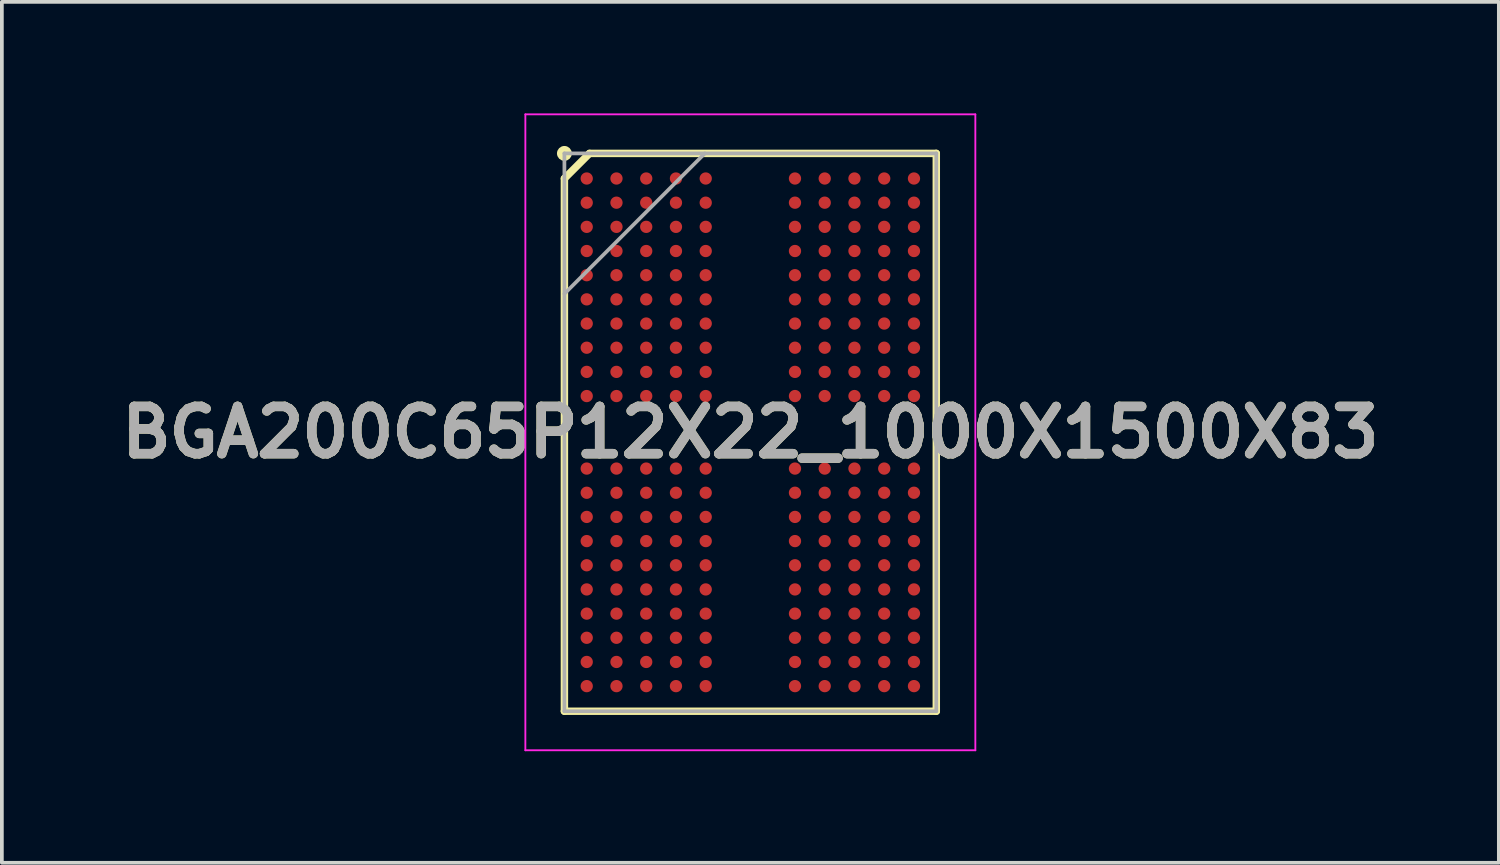
<source format=kicad_pcb>
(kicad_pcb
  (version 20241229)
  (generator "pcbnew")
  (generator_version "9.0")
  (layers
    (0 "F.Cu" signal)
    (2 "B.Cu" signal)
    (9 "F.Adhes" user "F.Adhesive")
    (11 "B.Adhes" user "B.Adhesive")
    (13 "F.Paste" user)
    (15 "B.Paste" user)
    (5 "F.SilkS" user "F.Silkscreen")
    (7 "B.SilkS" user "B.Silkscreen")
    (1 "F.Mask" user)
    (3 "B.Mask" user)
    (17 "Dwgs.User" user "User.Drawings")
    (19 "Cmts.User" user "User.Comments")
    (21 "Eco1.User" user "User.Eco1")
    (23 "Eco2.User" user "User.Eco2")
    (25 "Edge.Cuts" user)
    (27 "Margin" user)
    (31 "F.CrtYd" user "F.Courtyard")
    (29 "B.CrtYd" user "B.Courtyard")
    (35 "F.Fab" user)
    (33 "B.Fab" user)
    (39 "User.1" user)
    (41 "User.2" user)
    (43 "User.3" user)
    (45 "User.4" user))
  (footprint "BGA200C65P12X22_1000X1500X83"
    (layer "F.Cu")
    (at 17.127 8.575)
    (property "Reference" "BGA200C65P12X22_1000X1500X83" (at 0 0 0) (layer "F.SilkS") (effects (font (size 1.27 1.27) (thickness 0.254))))
    (attr smd)
    (fp_line (start -5 -6.825) (end -4.325 -7.5) (stroke (width 0.2) (type solid)) (layer "F.SilkS"))
    (fp_line (start -5 7.5) (end -5 -6.825) (stroke (width 0.2) (type solid)) (layer "F.SilkS"))
    (fp_line (start -4.325 -7.5) (end 5 -7.5) (stroke (width 0.2) (type solid)) (layer "F.SilkS"))
    (fp_line (start 5 -7.5) (end 5 7.5) (stroke (width 0.2) (type solid)) (layer "F.SilkS"))
    (fp_line (start 5 7.5) (end -5 7.5) (stroke (width 0.2) (type solid)) (layer "F.SilkS"))
    (fp_circle (center -5 -7.5) (end -5 -7.4) (stroke (width 0.2) (type solid)) (fill no) (layer "F.SilkS"))
    (fp_line (start -6.05 -8.55) (end 6.05 -8.55) (stroke (width 0.05) (type solid)) (layer "F.CrtYd"))
    (fp_line (start -6.05 8.55) (end -6.05 -8.55) (stroke (width 0.05) (type solid)) (layer "F.CrtYd"))
    (fp_line (start 6.05 -8.55) (end 6.05 8.55) (stroke (width 0.05) (type solid)) (layer "F.CrtYd"))
    (fp_line (start 6.05 8.55) (end -6.05 8.55) (stroke (width 0.05) (type solid)) (layer "F.CrtYd"))
    (fp_line (start -5 -7.5) (end 5 -7.5) (stroke (width 0.1) (type solid)) (layer "F.Fab"))
    (fp_line (start -5 -3.725) (end -1.225 -7.5) (stroke (width 0.1) (type solid)) (layer "F.Fab"))
    (fp_line (start -5 7.5) (end -5 -7.5) (stroke (width 0.1) (type solid)) (layer "F.Fab"))
    (fp_line (start 5 -7.5) (end 5 7.5) (stroke (width 0.1) (type solid)) (layer "F.Fab"))
    (fp_line (start 5 7.5) (end -5 7.5) (stroke (width 0.1) (type solid)) (layer "F.Fab"))
    (fp_text user "${REFERENCE}" (at 0 0 0) (layer "F.Fab") (effects (font (size 1.27 1.27) (thickness 0.254))))
    (pad "A1" smd circle (at -4.4 -6.825 90) (size 0.33 0.33) (layers "F.Cu" "F.Mask" "F.Paste"))
    (pad "A2" smd circle (at -3.6 -6.825 90) (size 0.33 0.33) (layers "F.Cu" "F.Mask" "F.Paste"))
    (pad "A3" smd circle (at -2.8 -6.825 90) (size 0.33 0.33) (layers "F.Cu" "F.Mask" "F.Paste"))
    (pad "A4" smd circle (at -2 -6.825 90) (size 0.33 0.33) (layers "F.Cu" "F.Mask" "F.Paste"))
    (pad "A5" smd circle (at -1.2 -6.825 90) (size 0.33 0.33) (layers "F.Cu" "F.Mask" "F.Paste"))
    (pad "A8" smd circle (at 1.2 -6.825 90) (size 0.33 0.33) (layers "F.Cu" "F.Mask" "F.Paste"))
    (pad "A9" smd circle (at 2 -6.825 90) (size 0.33 0.33) (layers "F.Cu" "F.Mask" "F.Paste"))
    (pad "A10" smd circle (at 2.8 -6.825 90) (size 0.33 0.33) (layers "F.Cu" "F.Mask" "F.Paste"))
    (pad "A11" smd circle (at 3.6 -6.825 90) (size 0.33 0.33) (layers "F.Cu" "F.Mask" "F.Paste"))
    (pad "A12" smd circle (at 4.4 -6.825 90) (size 0.33 0.33) (layers "F.Cu" "F.Mask" "F.Paste"))
    (pad "AA1" smd circle (at -4.4 6.175 90) (size 0.33 0.33) (layers "F.Cu" "F.Mask" "F.Paste"))
    (pad "AA2" smd circle (at -3.6 6.175 90) (size 0.33 0.33) (layers "F.Cu" "F.Mask" "F.Paste"))
    (pad "AA3" smd circle (at -2.8 6.175 90) (size 0.33 0.33) (layers "F.Cu" "F.Mask" "F.Paste"))
    (pad "AA4" smd circle (at -2 6.175 90) (size 0.33 0.33) (layers "F.Cu" "F.Mask" "F.Paste"))
    (pad "AA5" smd circle (at -1.2 6.175 90) (size 0.33 0.33) (layers "F.Cu" "F.Mask" "F.Paste"))
    (pad "AA8" smd circle (at 1.2 6.175 90) (size 0.33 0.33) (layers "F.Cu" "F.Mask" "F.Paste"))
    (pad "AA9" smd circle (at 2 6.175 90) (size 0.33 0.33) (layers "F.Cu" "F.Mask" "F.Paste"))
    (pad "AA10" smd circle (at 2.8 6.175 90) (size 0.33 0.33) (layers "F.Cu" "F.Mask" "F.Paste"))
    (pad "AA11" smd circle (at 3.6 6.175 90) (size 0.33 0.33) (layers "F.Cu" "F.Mask" "F.Paste"))
    (pad "AA12" smd circle (at 4.4 6.175 90) (size 0.33 0.33) (layers "F.Cu" "F.Mask" "F.Paste"))
    (pad "AB1" smd circle (at -4.4 6.825 90) (size 0.33 0.33) (layers "F.Cu" "F.Mask" "F.Paste"))
    (pad "AB2" smd circle (at -3.6 6.825 90) (size 0.33 0.33) (layers "F.Cu" "F.Mask" "F.Paste"))
    (pad "AB3" smd circle (at -2.8 6.825 90) (size 0.33 0.33) (layers "F.Cu" "F.Mask" "F.Paste"))
    (pad "AB4" smd circle (at -2 6.825 90) (size 0.33 0.33) (layers "F.Cu" "F.Mask" "F.Paste"))
    (pad "AB5" smd circle (at -1.2 6.825 90) (size 0.33 0.33) (layers "F.Cu" "F.Mask" "F.Paste"))
    (pad "AB8" smd circle (at 1.2 6.825 90) (size 0.33 0.33) (layers "F.Cu" "F.Mask" "F.Paste"))
    (pad "AB9" smd circle (at 2 6.825 90) (size 0.33 0.33) (layers "F.Cu" "F.Mask" "F.Paste"))
    (pad "AB10" smd circle (at 2.8 6.825 90) (size 0.33 0.33) (layers "F.Cu" "F.Mask" "F.Paste"))
    (pad "AB11" smd circle (at 3.6 6.825 90) (size 0.33 0.33) (layers "F.Cu" "F.Mask" "F.Paste"))
    (pad "AB12" smd circle (at 4.4 6.825 90) (size 0.33 0.33) (layers "F.Cu" "F.Mask" "F.Paste"))
    (pad "B1" smd circle (at -4.4 -6.175 90) (size 0.33 0.33) (layers "F.Cu" "F.Mask" "F.Paste"))
    (pad "B2" smd circle (at -3.6 -6.175 90) (size 0.33 0.33) (layers "F.Cu" "F.Mask" "F.Paste"))
    (pad "B3" smd circle (at -2.8 -6.175 90) (size 0.33 0.33) (layers "F.Cu" "F.Mask" "F.Paste"))
    (pad "B4" smd circle (at -2 -6.175 90) (size 0.33 0.33) (layers "F.Cu" "F.Mask" "F.Paste"))
    (pad "B5" smd circle (at -1.2 -6.175 90) (size 0.33 0.33) (layers "F.Cu" "F.Mask" "F.Paste"))
    (pad "B8" smd circle (at 1.2 -6.175 90) (size 0.33 0.33) (layers "F.Cu" "F.Mask" "F.Paste"))
    (pad "B9" smd circle (at 2 -6.175 90) (size 0.33 0.33) (layers "F.Cu" "F.Mask" "F.Paste"))
    (pad "B10" smd circle (at 2.8 -6.175 90) (size 0.33 0.33) (layers "F.Cu" "F.Mask" "F.Paste"))
    (pad "B11" smd circle (at 3.6 -6.175 90) (size 0.33 0.33) (layers "F.Cu" "F.Mask" "F.Paste"))
    (pad "B12" smd circle (at 4.4 -6.175 90) (size 0.33 0.33) (layers "F.Cu" "F.Mask" "F.Paste"))
    (pad "C1" smd circle (at -4.4 -5.525 90) (size 0.33 0.33) (layers "F.Cu" "F.Mask" "F.Paste"))
    (pad "C2" smd circle (at -3.6 -5.525 90) (size 0.33 0.33) (layers "F.Cu" "F.Mask" "F.Paste"))
    (pad "C3" smd circle (at -2.8 -5.525 90) (size 0.33 0.33) (layers "F.Cu" "F.Mask" "F.Paste"))
    (pad "C4" smd circle (at -2 -5.525 90) (size 0.33 0.33) (layers "F.Cu" "F.Mask" "F.Paste"))
    (pad "C5" smd circle (at -1.2 -5.525 90) (size 0.33 0.33) (layers "F.Cu" "F.Mask" "F.Paste"))
    (pad "C8" smd circle (at 1.2 -5.525 90) (size 0.33 0.33) (layers "F.Cu" "F.Mask" "F.Paste"))
    (pad "C9" smd circle (at 2 -5.525 90) (size 0.33 0.33) (layers "F.Cu" "F.Mask" "F.Paste"))
    (pad "C10" smd circle (at 2.8 -5.525 90) (size 0.33 0.33) (layers "F.Cu" "F.Mask" "F.Paste"))
    (pad "C11" smd circle (at 3.6 -5.525 90) (size 0.33 0.33) (layers "F.Cu" "F.Mask" "F.Paste"))
    (pad "C12" smd circle (at 4.4 -5.525 90) (size 0.33 0.33) (layers "F.Cu" "F.Mask" "F.Paste"))
    (pad "D1" smd circle (at -4.4 -4.875 90) (size 0.33 0.33) (layers "F.Cu" "F.Mask" "F.Paste"))
    (pad "D2" smd circle (at -3.6 -4.875 90) (size 0.33 0.33) (layers "F.Cu" "F.Mask" "F.Paste"))
    (pad "D3" smd circle (at -2.8 -4.875 90) (size 0.33 0.33) (layers "F.Cu" "F.Mask" "F.Paste"))
    (pad "D4" smd circle (at -2 -4.875 90) (size 0.33 0.33) (layers "F.Cu" "F.Mask" "F.Paste"))
    (pad "D5" smd circle (at -1.2 -4.875 90) (size 0.33 0.33) (layers "F.Cu" "F.Mask" "F.Paste"))
    (pad "D8" smd circle (at 1.2 -4.875 90) (size 0.33 0.33) (layers "F.Cu" "F.Mask" "F.Paste"))
    (pad "D9" smd circle (at 2 -4.875 90) (size 0.33 0.33) (layers "F.Cu" "F.Mask" "F.Paste"))
    (pad "D10" smd circle (at 2.8 -4.875 90) (size 0.33 0.33) (layers "F.Cu" "F.Mask" "F.Paste"))
    (pad "D11" smd circle (at 3.6 -4.875 90) (size 0.33 0.33) (layers "F.Cu" "F.Mask" "F.Paste"))
    (pad "D12" smd circle (at 4.4 -4.875 90) (size 0.33 0.33) (layers "F.Cu" "F.Mask" "F.Paste"))
    (pad "E1" smd circle (at -4.4 -4.225 90) (size 0.33 0.33) (layers "F.Cu" "F.Mask" "F.Paste"))
    (pad "E2" smd circle (at -3.6 -4.225 90) (size 0.33 0.33) (layers "F.Cu" "F.Mask" "F.Paste"))
    (pad "E3" smd circle (at -2.8 -4.225 90) (size 0.33 0.33) (layers "F.Cu" "F.Mask" "F.Paste"))
    (pad "E4" smd circle (at -2 -4.225 90) (size 0.33 0.33) (layers "F.Cu" "F.Mask" "F.Paste"))
    (pad "E5" smd circle (at -1.2 -4.225 90) (size 0.33 0.33) (layers "F.Cu" "F.Mask" "F.Paste"))
    (pad "E8" smd circle (at 1.2 -4.225 90) (size 0.33 0.33) (layers "F.Cu" "F.Mask" "F.Paste"))
    (pad "E9" smd circle (at 2 -4.225 90) (size 0.33 0.33) (layers "F.Cu" "F.Mask" "F.Paste"))
    (pad "E10" smd circle (at 2.8 -4.225 90) (size 0.33 0.33) (layers "F.Cu" "F.Mask" "F.Paste"))
    (pad "E11" smd circle (at 3.6 -4.225 90) (size 0.33 0.33) (layers "F.Cu" "F.Mask" "F.Paste"))
    (pad "E12" smd circle (at 4.4 -4.225 90) (size 0.33 0.33) (layers "F.Cu" "F.Mask" "F.Paste"))
    (pad "F1" smd circle (at -4.4 -3.575 90) (size 0.33 0.33) (layers "F.Cu" "F.Mask" "F.Paste"))
    (pad "F2" smd circle (at -3.6 -3.575 90) (size 0.33 0.33) (layers "F.Cu" "F.Mask" "F.Paste"))
    (pad "F3" smd circle (at -2.8 -3.575 90) (size 0.33 0.33) (layers "F.Cu" "F.Mask" "F.Paste"))
    (pad "F4" smd circle (at -2 -3.575 90) (size 0.33 0.33) (layers "F.Cu" "F.Mask" "F.Paste"))
    (pad "F5" smd circle (at -1.2 -3.575 90) (size 0.33 0.33) (layers "F.Cu" "F.Mask" "F.Paste"))
    (pad "F8" smd circle (at 1.2 -3.575 90) (size 0.33 0.33) (layers "F.Cu" "F.Mask" "F.Paste"))
    (pad "F9" smd circle (at 2 -3.575 90) (size 0.33 0.33) (layers "F.Cu" "F.Mask" "F.Paste"))
    (pad "F10" smd circle (at 2.8 -3.575 90) (size 0.33 0.33) (layers "F.Cu" "F.Mask" "F.Paste"))
    (pad "F11" smd circle (at 3.6 -3.575 90) (size 0.33 0.33) (layers "F.Cu" "F.Mask" "F.Paste"))
    (pad "F12" smd circle (at 4.4 -3.575 90) (size 0.33 0.33) (layers "F.Cu" "F.Mask" "F.Paste"))
    (pad "G1" smd circle (at -4.4 -2.925 90) (size 0.33 0.33) (layers "F.Cu" "F.Mask" "F.Paste"))
    (pad "G2" smd circle (at -3.6 -2.925 90) (size 0.33 0.33) (layers "F.Cu" "F.Mask" "F.Paste"))
    (pad "G3" smd circle (at -2.8 -2.925 90) (size 0.33 0.33) (layers "F.Cu" "F.Mask" "F.Paste"))
    (pad "G4" smd circle (at -2 -2.925 90) (size 0.33 0.33) (layers "F.Cu" "F.Mask" "F.Paste"))
    (pad "G5" smd circle (at -1.2 -2.925 90) (size 0.33 0.33) (layers "F.Cu" "F.Mask" "F.Paste"))
    (pad "G8" smd circle (at 1.2 -2.925 90) (size 0.33 0.33) (layers "F.Cu" "F.Mask" "F.Paste"))
    (pad "G9" smd circle (at 2 -2.925 90) (size 0.33 0.33) (layers "F.Cu" "F.Mask" "F.Paste"))
    (pad "G10" smd circle (at 2.8 -2.925 90) (size 0.33 0.33) (layers "F.Cu" "F.Mask" "F.Paste"))
    (pad "G11" smd circle (at 3.6 -2.925 90) (size 0.33 0.33) (layers "F.Cu" "F.Mask" "F.Paste"))
    (pad "G12" smd circle (at 4.4 -2.925 90) (size 0.33 0.33) (layers "F.Cu" "F.Mask" "F.Paste"))
    (pad "H1" smd circle (at -4.4 -2.275 90) (size 0.33 0.33) (layers "F.Cu" "F.Mask" "F.Paste"))
    (pad "H2" smd circle (at -3.6 -2.275 90) (size 0.33 0.33) (layers "F.Cu" "F.Mask" "F.Paste"))
    (pad "H3" smd circle (at -2.8 -2.275 90) (size 0.33 0.33) (layers "F.Cu" "F.Mask" "F.Paste"))
    (pad "H4" smd circle (at -2 -2.275 90) (size 0.33 0.33) (layers "F.Cu" "F.Mask" "F.Paste"))
    (pad "H5" smd circle (at -1.2 -2.275 90) (size 0.33 0.33) (layers "F.Cu" "F.Mask" "F.Paste"))
    (pad "H8" smd circle (at 1.2 -2.275 90) (size 0.33 0.33) (layers "F.Cu" "F.Mask" "F.Paste"))
    (pad "H9" smd circle (at 2 -2.275 90) (size 0.33 0.33) (layers "F.Cu" "F.Mask" "F.Paste"))
    (pad "H10" smd circle (at 2.8 -2.275 90) (size 0.33 0.33) (layers "F.Cu" "F.Mask" "F.Paste"))
    (pad "H11" smd circle (at 3.6 -2.275 90) (size 0.33 0.33) (layers "F.Cu" "F.Mask" "F.Paste"))
    (pad "H12" smd circle (at 4.4 -2.275 90) (size 0.33 0.33) (layers "F.Cu" "F.Mask" "F.Paste"))
    (pad "J1" smd circle (at -4.4 -1.625 90) (size 0.33 0.33) (layers "F.Cu" "F.Mask" "F.Paste"))
    (pad "J2" smd circle (at -3.6 -1.625 90) (size 0.33 0.33) (layers "F.Cu" "F.Mask" "F.Paste"))
    (pad "J3" smd circle (at -2.8 -1.625 90) (size 0.33 0.33) (layers "F.Cu" "F.Mask" "F.Paste"))
    (pad "J4" smd circle (at -2 -1.625 90) (size 0.33 0.33) (layers "F.Cu" "F.Mask" "F.Paste"))
    (pad "J5" smd circle (at -1.2 -1.625 90) (size 0.33 0.33) (layers "F.Cu" "F.Mask" "F.Paste"))
    (pad "J8" smd circle (at 1.2 -1.625 90) (size 0.33 0.33) (layers "F.Cu" "F.Mask" "F.Paste"))
    (pad "J9" smd circle (at 2 -1.625 90) (size 0.33 0.33) (layers "F.Cu" "F.Mask" "F.Paste"))
    (pad "J10" smd circle (at 2.8 -1.625 90) (size 0.33 0.33) (layers "F.Cu" "F.Mask" "F.Paste"))
    (pad "J11" smd circle (at 3.6 -1.625 90) (size 0.33 0.33) (layers "F.Cu" "F.Mask" "F.Paste"))
    (pad "J12" smd circle (at 4.4 -1.625 90) (size 0.33 0.33) (layers "F.Cu" "F.Mask" "F.Paste"))
    (pad "K1" smd circle (at -4.4 -0.975 90) (size 0.33 0.33) (layers "F.Cu" "F.Mask" "F.Paste"))
    (pad "K2" smd circle (at -3.6 -0.975 90) (size 0.33 0.33) (layers "F.Cu" "F.Mask" "F.Paste"))
    (pad "K3" smd circle (at -2.8 -0.975 90) (size 0.33 0.33) (layers "F.Cu" "F.Mask" "F.Paste"))
    (pad "K4" smd circle (at -2 -0.975 90) (size 0.33 0.33) (layers "F.Cu" "F.Mask" "F.Paste"))
    (pad "K5" smd circle (at -1.2 -0.975 90) (size 0.33 0.33) (layers "F.Cu" "F.Mask" "F.Paste"))
    (pad "K8" smd circle (at 1.2 -0.975 90) (size 0.33 0.33) (layers "F.Cu" "F.Mask" "F.Paste"))
    (pad "K9" smd circle (at 2 -0.975 90) (size 0.33 0.33) (layers "F.Cu" "F.Mask" "F.Paste"))
    (pad "K10" smd circle (at 2.8 -0.975 90) (size 0.33 0.33) (layers "F.Cu" "F.Mask" "F.Paste"))
    (pad "K11" smd circle (at 3.6 -0.975 90) (size 0.33 0.33) (layers "F.Cu" "F.Mask" "F.Paste"))
    (pad "K12" smd circle (at 4.4 -0.975 90) (size 0.33 0.33) (layers "F.Cu" "F.Mask" "F.Paste"))
    (pad "N1" smd circle (at -4.4 0.975 90) (size 0.33 0.33) (layers "F.Cu" "F.Mask" "F.Paste"))
    (pad "N2" smd circle (at -3.6 0.975 90) (size 0.33 0.33) (layers "F.Cu" "F.Mask" "F.Paste"))
    (pad "N3" smd circle (at -2.8 0.975 90) (size 0.33 0.33) (layers "F.Cu" "F.Mask" "F.Paste"))
    (pad "N4" smd circle (at -2 0.975 90) (size 0.33 0.33) (layers "F.Cu" "F.Mask" "F.Paste"))
    (pad "N5" smd circle (at -1.2 0.975 90) (size 0.33 0.33) (layers "F.Cu" "F.Mask" "F.Paste"))
    (pad "N8" smd circle (at 1.2 0.975 90) (size 0.33 0.33) (layers "F.Cu" "F.Mask" "F.Paste"))
    (pad "N9" smd circle (at 2 0.975 90) (size 0.33 0.33) (layers "F.Cu" "F.Mask" "F.Paste"))
    (pad "N10" smd circle (at 2.8 0.975 90) (size 0.33 0.33) (layers "F.Cu" "F.Mask" "F.Paste"))
    (pad "N11" smd circle (at 3.6 0.975 90) (size 0.33 0.33) (layers "F.Cu" "F.Mask" "F.Paste"))
    (pad "N12" smd circle (at 4.4 0.975 90) (size 0.33 0.33) (layers "F.Cu" "F.Mask" "F.Paste"))
    (pad "P1" smd circle (at -4.4 1.625 90) (size 0.33 0.33) (layers "F.Cu" "F.Mask" "F.Paste"))
    (pad "P2" smd circle (at -3.6 1.625 90) (size 0.33 0.33) (layers "F.Cu" "F.Mask" "F.Paste"))
    (pad "P3" smd circle (at -2.8 1.625 90) (size 0.33 0.33) (layers "F.Cu" "F.Mask" "F.Paste"))
    (pad "P4" smd circle (at -2 1.625 90) (size 0.33 0.33) (layers "F.Cu" "F.Mask" "F.Paste"))
    (pad "P5" smd circle (at -1.2 1.625 90) (size 0.33 0.33) (layers "F.Cu" "F.Mask" "F.Paste"))
    (pad "P8" smd circle (at 1.2 1.625 90) (size 0.33 0.33) (layers "F.Cu" "F.Mask" "F.Paste"))
    (pad "P9" smd circle (at 2 1.625 90) (size 0.33 0.33) (layers "F.Cu" "F.Mask" "F.Paste"))
    (pad "P10" smd circle (at 2.8 1.625 90) (size 0.33 0.33) (layers "F.Cu" "F.Mask" "F.Paste"))
    (pad "P11" smd circle (at 3.6 1.625 90) (size 0.33 0.33) (layers "F.Cu" "F.Mask" "F.Paste"))
    (pad "P12" smd circle (at 4.4 1.625 90) (size 0.33 0.33) (layers "F.Cu" "F.Mask" "F.Paste"))
    (pad "R1" smd circle (at -4.4 2.275 90) (size 0.33 0.33) (layers "F.Cu" "F.Mask" "F.Paste"))
    (pad "R2" smd circle (at -3.6 2.275 90) (size 0.33 0.33) (layers "F.Cu" "F.Mask" "F.Paste"))
    (pad "R3" smd circle (at -2.8 2.275 90) (size 0.33 0.33) (layers "F.Cu" "F.Mask" "F.Paste"))
    (pad "R4" smd circle (at -2 2.275 90) (size 0.33 0.33) (layers "F.Cu" "F.Mask" "F.Paste"))
    (pad "R5" smd circle (at -1.2 2.275 90) (size 0.33 0.33) (layers "F.Cu" "F.Mask" "F.Paste"))
    (pad "R8" smd circle (at 1.2 2.275 90) (size 0.33 0.33) (layers "F.Cu" "F.Mask" "F.Paste"))
    (pad "R9" smd circle (at 2 2.275 90) (size 0.33 0.33) (layers "F.Cu" "F.Mask" "F.Paste"))
    (pad "R10" smd circle (at 2.8 2.275 90) (size 0.33 0.33) (layers "F.Cu" "F.Mask" "F.Paste"))
    (pad "R11" smd circle (at 3.6 2.275 90) (size 0.33 0.33) (layers "F.Cu" "F.Mask" "F.Paste"))
    (pad "R12" smd circle (at 4.4 2.275 90) (size 0.33 0.33) (layers "F.Cu" "F.Mask" "F.Paste"))
    (pad "T1" smd circle (at -4.4 2.925 90) (size 0.33 0.33) (layers "F.Cu" "F.Mask" "F.Paste"))
    (pad "T2" smd circle (at -3.6 2.925 90) (size 0.33 0.33) (layers "F.Cu" "F.Mask" "F.Paste"))
    (pad "T3" smd circle (at -2.8 2.925 90) (size 0.33 0.33) (layers "F.Cu" "F.Mask" "F.Paste"))
    (pad "T4" smd circle (at -2 2.925 90) (size 0.33 0.33) (layers "F.Cu" "F.Mask" "F.Paste"))
    (pad "T5" smd circle (at -1.2 2.925 90) (size 0.33 0.33) (layers "F.Cu" "F.Mask" "F.Paste"))
    (pad "T8" smd circle (at 1.2 2.925 90) (size 0.33 0.33) (layers "F.Cu" "F.Mask" "F.Paste"))
    (pad "T9" smd circle (at 2 2.925 90) (size 0.33 0.33) (layers "F.Cu" "F.Mask" "F.Paste"))
    (pad "T10" smd circle (at 2.8 2.925 90) (size 0.33 0.33) (layers "F.Cu" "F.Mask" "F.Paste"))
    (pad "T11" smd circle (at 3.6 2.925 90) (size 0.33 0.33) (layers "F.Cu" "F.Mask" "F.Paste"))
    (pad "T12" smd circle (at 4.4 2.925 90) (size 0.33 0.33) (layers "F.Cu" "F.Mask" "F.Paste"))
    (pad "U1" smd circle (at -4.4 3.575 90) (size 0.33 0.33) (layers "F.Cu" "F.Mask" "F.Paste"))
    (pad "U2" smd circle (at -3.6 3.575 90) (size 0.33 0.33) (layers "F.Cu" "F.Mask" "F.Paste"))
    (pad "U3" smd circle (at -2.8 3.575 90) (size 0.33 0.33) (layers "F.Cu" "F.Mask" "F.Paste"))
    (pad "U4" smd circle (at -2 3.575 90) (size 0.33 0.33) (layers "F.Cu" "F.Mask" "F.Paste"))
    (pad "U5" smd circle (at -1.2 3.575 90) (size 0.33 0.33) (layers "F.Cu" "F.Mask" "F.Paste"))
    (pad "U8" smd circle (at 1.2 3.575 90) (size 0.33 0.33) (layers "F.Cu" "F.Mask" "F.Paste"))
    (pad "U9" smd circle (at 2 3.575 90) (size 0.33 0.33) (layers "F.Cu" "F.Mask" "F.Paste"))
    (pad "U10" smd circle (at 2.8 3.575 90) (size 0.33 0.33) (layers "F.Cu" "F.Mask" "F.Paste"))
    (pad "U11" smd circle (at 3.6 3.575 90) (size 0.33 0.33) (layers "F.Cu" "F.Mask" "F.Paste"))
    (pad "U12" smd circle (at 4.4 3.575 90) (size 0.33 0.33) (layers "F.Cu" "F.Mask" "F.Paste"))
    (pad "V1" smd circle (at -4.4 4.225 90) (size 0.33 0.33) (layers "F.Cu" "F.Mask" "F.Paste"))
    (pad "V2" smd circle (at -3.6 4.225 90) (size 0.33 0.33) (layers "F.Cu" "F.Mask" "F.Paste"))
    (pad "V3" smd circle (at -2.8 4.225 90) (size 0.33 0.33) (layers "F.Cu" "F.Mask" "F.Paste"))
    (pad "V4" smd circle (at -2 4.225 90) (size 0.33 0.33) (layers "F.Cu" "F.Mask" "F.Paste"))
    (pad "V5" smd circle (at -1.2 4.225 90) (size 0.33 0.33) (layers "F.Cu" "F.Mask" "F.Paste"))
    (pad "V8" smd circle (at 1.2 4.225 90) (size 0.33 0.33) (layers "F.Cu" "F.Mask" "F.Paste"))
    (pad "V9" smd circle (at 2 4.225 90) (size 0.33 0.33) (layers "F.Cu" "F.Mask" "F.Paste"))
    (pad "V10" smd circle (at 2.8 4.225 90) (size 0.33 0.33) (layers "F.Cu" "F.Mask" "F.Paste"))
    (pad "V11" smd circle (at 3.6 4.225 90) (size 0.33 0.33) (layers "F.Cu" "F.Mask" "F.Paste"))
    (pad "V12" smd circle (at 4.4 4.225 90) (size 0.33 0.33) (layers "F.Cu" "F.Mask" "F.Paste"))
    (pad "W1" smd circle (at -4.4 4.875 90) (size 0.33 0.33) (layers "F.Cu" "F.Mask" "F.Paste"))
    (pad "W2" smd circle (at -3.6 4.875 90) (size 0.33 0.33) (layers "F.Cu" "F.Mask" "F.Paste"))
    (pad "W3" smd circle (at -2.8 4.875 90) (size 0.33 0.33) (layers "F.Cu" "F.Mask" "F.Paste"))
    (pad "W4" smd circle (at -2 4.875 90) (size 0.33 0.33) (layers "F.Cu" "F.Mask" "F.Paste"))
    (pad "W5" smd circle (at -1.2 4.875 90) (size 0.33 0.33) (layers "F.Cu" "F.Mask" "F.Paste"))
    (pad "W8" smd circle (at 1.2 4.875 90) (size 0.33 0.33) (layers "F.Cu" "F.Mask" "F.Paste"))
    (pad "W9" smd circle (at 2 4.875 90) (size 0.33 0.33) (layers "F.Cu" "F.Mask" "F.Paste"))
    (pad "W10" smd circle (at 2.8 4.875 90) (size 0.33 0.33) (layers "F.Cu" "F.Mask" "F.Paste"))
    (pad "W11" smd circle (at 3.6 4.875 90) (size 0.33 0.33) (layers "F.Cu" "F.Mask" "F.Paste"))
    (pad "W12" smd circle (at 4.4 4.875 90) (size 0.33 0.33) (layers "F.Cu" "F.Mask" "F.Paste"))
    (pad "Y1" smd circle (at -4.4 5.525 90) (size 0.33 0.33) (layers "F.Cu" "F.Mask" "F.Paste"))
    (pad "Y2" smd circle (at -3.6 5.525 90) (size 0.33 0.33) (layers "F.Cu" "F.Mask" "F.Paste"))
    (pad "Y3" smd circle (at -2.8 5.525 90) (size 0.33 0.33) (layers "F.Cu" "F.Mask" "F.Paste"))
    (pad "Y4" smd circle (at -2 5.525 90) (size 0.33 0.33) (layers "F.Cu" "F.Mask" "F.Paste"))
    (pad "Y5" smd circle (at -1.2 5.525 90) (size 0.33 0.33) (layers "F.Cu" "F.Mask" "F.Paste"))
    (pad "Y8" smd circle (at 1.2 5.525 90) (size 0.33 0.33) (layers "F.Cu" "F.Mask" "F.Paste"))
    (pad "Y9" smd circle (at 2 5.525 90) (size 0.33 0.33) (layers "F.Cu" "F.Mask" "F.Paste"))
    (pad "Y10" smd circle (at 2.8 5.525 90) (size 0.33 0.33) (layers "F.Cu" "F.Mask" "F.Paste"))
    (pad "Y11" smd circle (at 3.6 5.525 90) (size 0.33 0.33) (layers "F.Cu" "F.Mask" "F.Paste"))
    (pad "Y12" smd circle (at 4.4 5.525 90) (size 0.33 0.33) (layers "F.Cu" "F.Mask" "F.Paste")))
  (gr_rect
    (start -3 -3)
    (end 37.254 20.15)
    (stroke (width 0.1) (type default))
    (fill no)
    (layer "Edge.Cuts")))
</source>
